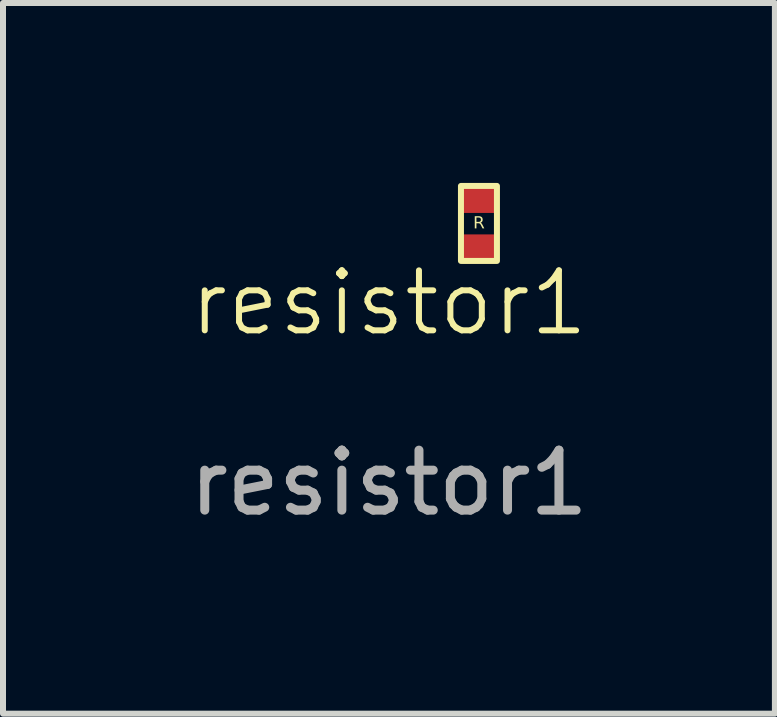
<source format=kicad_pcb>
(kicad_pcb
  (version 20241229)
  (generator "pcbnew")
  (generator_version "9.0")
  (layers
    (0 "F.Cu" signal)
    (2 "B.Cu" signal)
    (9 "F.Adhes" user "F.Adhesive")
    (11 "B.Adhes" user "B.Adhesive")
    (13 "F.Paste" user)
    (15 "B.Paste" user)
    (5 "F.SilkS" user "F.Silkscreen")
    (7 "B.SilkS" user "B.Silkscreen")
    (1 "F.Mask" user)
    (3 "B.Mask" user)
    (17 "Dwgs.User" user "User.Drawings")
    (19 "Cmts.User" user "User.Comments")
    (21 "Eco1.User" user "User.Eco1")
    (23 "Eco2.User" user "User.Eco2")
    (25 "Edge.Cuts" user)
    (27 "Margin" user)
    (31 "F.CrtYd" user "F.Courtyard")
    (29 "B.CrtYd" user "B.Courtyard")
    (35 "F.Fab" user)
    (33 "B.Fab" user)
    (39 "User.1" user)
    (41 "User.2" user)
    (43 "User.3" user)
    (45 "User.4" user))
  (footprint "resistor1"
    (layer "F.Cu")
    (at 3.435 2.5)
    (property "Reference" "resistor1" (at 0 -0.5 0) (unlocked yes) (layer "F.SilkS") (effects (font (size 1 1) (thickness 0.1))))
    (attr smd)
    (fp_rect (start 1.2 -2.45) (end 1.8 -1.2) (stroke (width 0.1) (type solid)) (fill no) (layer "F.SilkS"))
    (fp_text user "R" (at 1.5 -1.825 0) (unlocked yes) (layer "F.SilkS") (effects (font (face "OCR A Extended") (size 0.2 0.2) (thickness 0.05))))
    (fp_text user "${REFERENCE}" (at 0 2.5 0) (unlocked yes) (layer "F.Fab") (effects (font (size 1 1) (thickness 0.15))))
    (pad "1" smd roundrect (at 1.5 -2.243) (size 0.652 0.485) (layers "F.Cu" "F.Mask" "F.Paste") (roundrect_rratio 0.15))
    (pad "2" smd roundrect (at 1.5 -1.4) (size 0.652 0.485) (layers "F.Cu" "F.Mask" "F.Paste") (roundrect_rratio 0.15)))
  (gr_rect
    (start -3 -3)
    (end 9.869 8.848)
    (stroke (width 0.1) (type default))
    (fill no)
    (layer "Edge.Cuts")))
</source>
